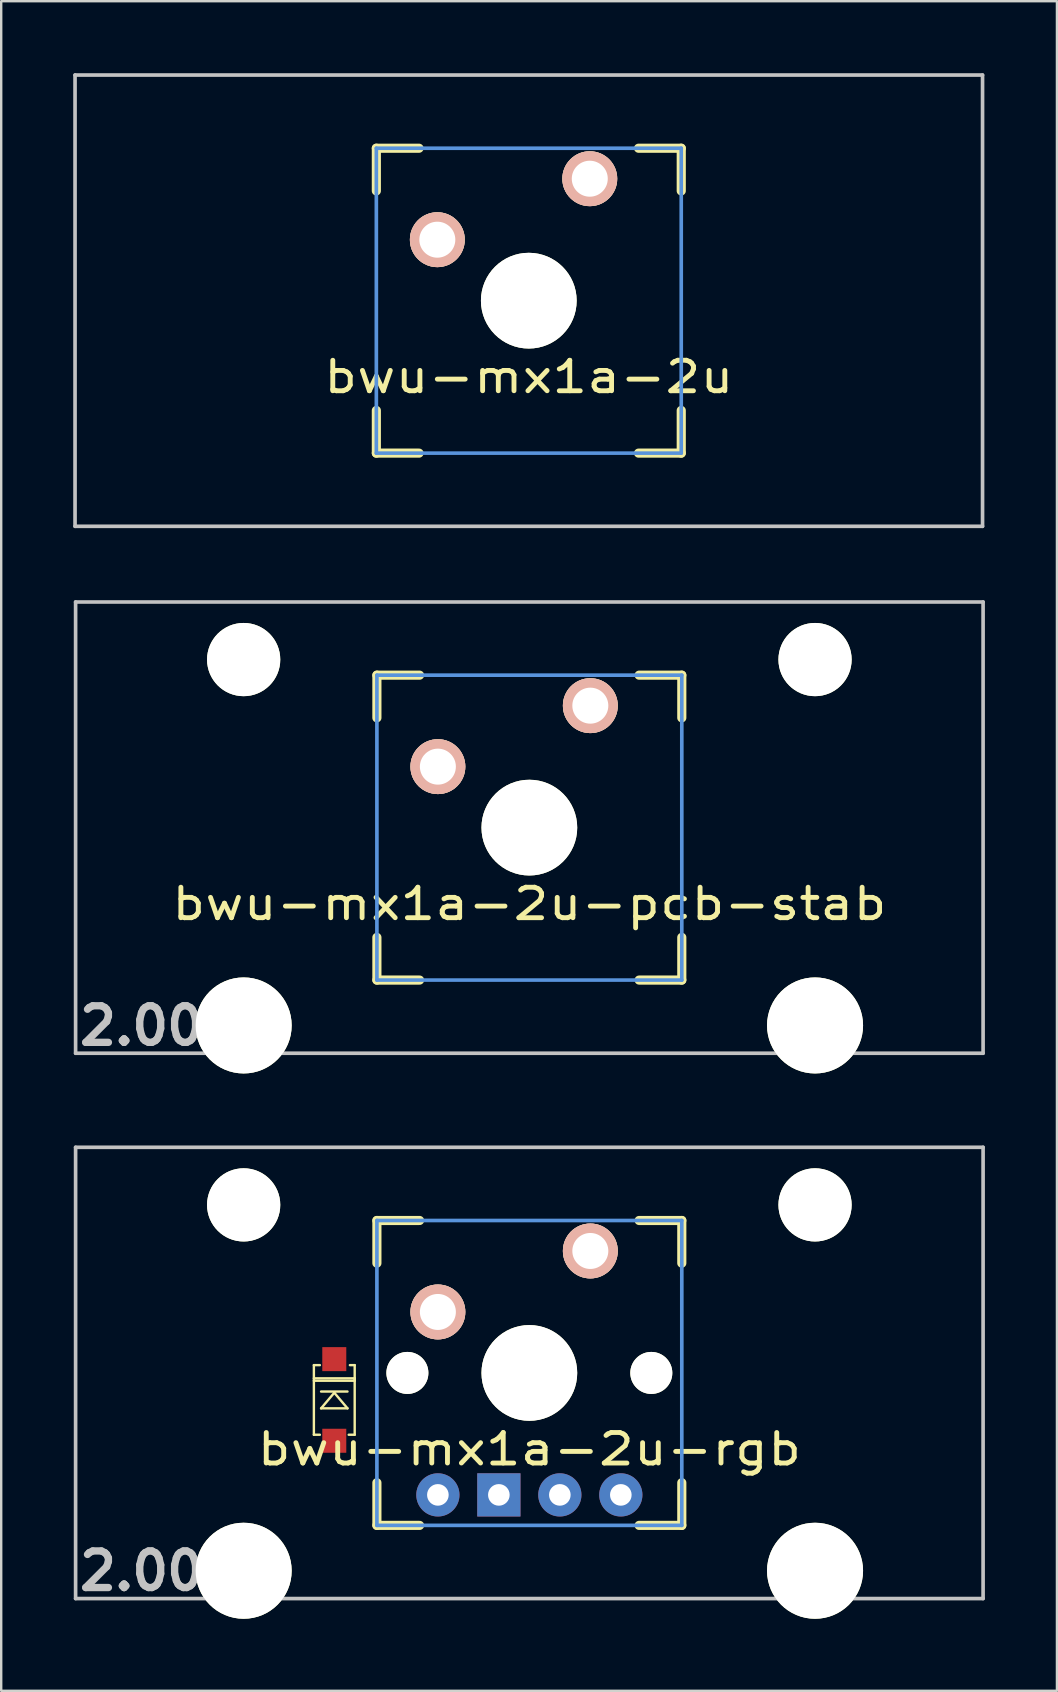
<source format=kicad_pcb>
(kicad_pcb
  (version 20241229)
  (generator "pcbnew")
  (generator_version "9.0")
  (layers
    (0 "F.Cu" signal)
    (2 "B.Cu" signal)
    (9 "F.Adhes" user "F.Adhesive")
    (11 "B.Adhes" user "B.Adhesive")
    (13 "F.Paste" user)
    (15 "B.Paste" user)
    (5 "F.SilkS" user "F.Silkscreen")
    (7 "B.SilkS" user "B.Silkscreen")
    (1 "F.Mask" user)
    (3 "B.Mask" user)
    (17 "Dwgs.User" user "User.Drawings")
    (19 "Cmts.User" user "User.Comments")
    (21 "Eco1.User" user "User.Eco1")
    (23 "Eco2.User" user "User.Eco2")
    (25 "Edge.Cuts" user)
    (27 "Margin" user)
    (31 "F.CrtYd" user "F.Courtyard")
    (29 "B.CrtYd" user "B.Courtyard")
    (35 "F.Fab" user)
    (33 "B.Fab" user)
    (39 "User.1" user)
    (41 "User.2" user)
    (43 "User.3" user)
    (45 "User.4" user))
  (footprint "bwu-mx1a-2u-pcb-stab"
    (layer "F.Cu")
    (at 18.999 31.423)
    (property "Reference" "bwu-mx1a-2u-pcb-stab" (at 0 3.175 0) (layer "F.SilkS") (effects (font (size 1.27 1.524) (thickness 0.203))))
    (attr through_hole)
    (fp_line (start -6.35 -6.35) (end -4.572 -6.35) (stroke (width 0.381) (type solid)) (layer "F.SilkS"))
    (fp_line (start -6.35 -4.572) (end -6.35 -6.35) (stroke (width 0.381) (type solid)) (layer "F.SilkS"))
    (fp_line (start -6.35 6.35) (end -6.35 4.572) (stroke (width 0.381) (type solid)) (layer "F.SilkS"))
    (fp_line (start -4.572 6.35) (end -6.35 6.35) (stroke (width 0.381) (type solid)) (layer "F.SilkS"))
    (fp_line (start 4.572 -6.35) (end 6.35 -6.35) (stroke (width 0.381) (type solid)) (layer "F.SilkS"))
    (fp_line (start 6.35 -6.35) (end 6.35 -4.572) (stroke (width 0.381) (type solid)) (layer "F.SilkS"))
    (fp_line (start 6.35 4.572) (end 6.35 6.35) (stroke (width 0.381) (type solid)) (layer "F.SilkS"))
    (fp_line (start 6.35 6.35) (end 4.572 6.35) (stroke (width 0.381) (type solid)) (layer "F.SilkS"))
    (fp_line (start -18.9 -9.398) (end 18.9 -9.398) (stroke (width 0.152) (type solid)) (layer "Dwgs.User"))
    (fp_line (start -18.9 9.398) (end -18.9 -9.398) (stroke (width 0.152) (type solid)) (layer "Dwgs.User"))
    (fp_line (start 18.9 -9.398) (end 18.9 9.398) (stroke (width 0.152) (type solid)) (layer "Dwgs.User"))
    (fp_line (start 18.9 9.398) (end -18.9 9.398) (stroke (width 0.152) (type solid)) (layer "Dwgs.User"))
    (fp_line (start -6.35 -6.35) (end 6.35 -6.35) (stroke (width 0.152) (type solid)) (layer "Cmts.User"))
    (fp_line (start -6.35 6.35) (end -6.35 -6.35) (stroke (width 0.152) (type solid)) (layer "Cmts.User"))
    (fp_line (start 6.35 -6.35) (end 6.35 6.35) (stroke (width 0.152) (type solid)) (layer "Cmts.User"))
    (fp_line (start 6.35 6.35) (end -6.35 6.35) (stroke (width 0.152) (type solid)) (layer "Cmts.User"))
    (fp_line (start -6.985 -6.985) (end 6.985 -6.985) (stroke (width 0.152) (type solid)) (layer "Eco2.User"))
    (fp_line (start -6.985 6.985) (end -6.985 -6.985) (stroke (width 0.152) (type solid)) (layer "Eco2.User"))
    (fp_line (start 6.985 -6.985) (end 6.985 6.985) (stroke (width 0.152) (type solid)) (layer "Eco2.User"))
    (fp_line (start 6.985 6.985) (end -6.985 6.985) (stroke (width 0.152) (type solid)) (layer "Eco2.User"))
    (fp_text user "2.00u" (at -15.465 8.255 0) (layer "Dwgs.User") (effects (font (size 1.524 1.524) (thickness 0.305))))
    (pad "" np_thru_hole circle (at -11.9 -7) (size 3.05 3.05) (drill 3.05) (layers "*.Cu" "*.Mask" "F.SilkS"))
    (pad "" np_thru_hole circle (at -11.9 8.24) (size 4 4) (drill 4) (layers "*.Cu" "*.Mask" "F.SilkS"))
    (pad "" np_thru_hole circle (at 0 0) (size 3.988 3.988) (drill 3.988) (layers "*.Cu" "*.Mask" "F.SilkS"))
    (pad "" np_thru_hole circle (at 11.9 -7) (size 3.05 3.05) (drill 3.05) (layers "*.Cu" "*.Mask" "F.SilkS"))
    (pad "" np_thru_hole circle (at 11.9 8.24) (size 4 4) (drill 4) (layers "*.Cu" "*.Mask" "F.SilkS"))
    (pad "1" thru_hole circle (at 2.54 -5.08) (size 2.286 2.286) (drill 1.499) (layers "*.Cu" "*.SilkS" "*.Mask"))
    (pad "2" thru_hole circle (at -3.81 -2.54) (size 2.286 2.286) (drill 1.499) (layers "*.Cu" "*.SilkS" "*.Mask")))
  (footprint "bwu-mx1a-2u"
    (layer "F.Cu")
    (at 18.976 9.474)
    (property "Reference" "bwu-mx1a-2u" (at 0 3.175 0) (layer "F.SilkS") (effects (font (size 1.27 1.524) (thickness 0.203))))
    (attr through_hole)
    (fp_line (start -6.35 -6.35) (end -4.572 -6.35) (stroke (width 0.381) (type solid)) (layer "F.SilkS"))
    (fp_line (start -6.35 -4.572) (end -6.35 -6.35) (stroke (width 0.381) (type solid)) (layer "F.SilkS"))
    (fp_line (start -6.35 6.35) (end -6.35 4.572) (stroke (width 0.381) (type solid)) (layer "F.SilkS"))
    (fp_line (start -4.572 6.35) (end -6.35 6.35) (stroke (width 0.381) (type solid)) (layer "F.SilkS"))
    (fp_line (start 4.572 -6.35) (end 6.35 -6.35) (stroke (width 0.381) (type solid)) (layer "F.SilkS"))
    (fp_line (start 6.35 -6.35) (end 6.35 -4.572) (stroke (width 0.381) (type solid)) (layer "F.SilkS"))
    (fp_line (start 6.35 4.572) (end 6.35 6.35) (stroke (width 0.381) (type solid)) (layer "F.SilkS"))
    (fp_line (start 6.35 6.35) (end 4.572 6.35) (stroke (width 0.381) (type solid)) (layer "F.SilkS"))
    (fp_line (start -18.9 -9.398) (end 18.9 -9.398) (stroke (width 0.152) (type solid)) (layer "Dwgs.User"))
    (fp_line (start -18.9 9.398) (end -18.9 -9.398) (stroke (width 0.152) (type solid)) (layer "Dwgs.User"))
    (fp_line (start 18.9 -9.398) (end 18.9 9.398) (stroke (width 0.152) (type solid)) (layer "Dwgs.User"))
    (fp_line (start 18.9 9.398) (end -18.9 9.398) (stroke (width 0.152) (type solid)) (layer "Dwgs.User"))
    (fp_line (start -6.35 -6.35) (end 6.35 -6.35) (stroke (width 0.152) (type solid)) (layer "Cmts.User"))
    (fp_line (start -6.35 6.35) (end -6.35 -6.35) (stroke (width 0.152) (type solid)) (layer "Cmts.User"))
    (fp_line (start 6.35 -6.35) (end 6.35 6.35) (stroke (width 0.152) (type solid)) (layer "Cmts.User"))
    (fp_line (start 6.35 6.35) (end -6.35 6.35) (stroke (width 0.152) (type solid)) (layer "Cmts.User"))
    (fp_line (start -6.985 -6.985) (end 6.985 -6.985) (stroke (width 0.152) (type solid)) (layer "Eco2.User"))
    (fp_line (start -6.985 6.985) (end -6.985 -6.985) (stroke (width 0.152) (type solid)) (layer "Eco2.User"))
    (fp_line (start 6.985 -6.985) (end 6.985 6.985) (stroke (width 0.152) (type solid)) (layer "Eco2.User"))
    (fp_line (start 6.985 6.985) (end -6.985 6.985) (stroke (width 0.152) (type solid)) (layer "Eco2.User"))
    (pad "" np_thru_hole circle (at 0 0) (size 3.988 3.988) (drill 3.988) (layers "*.Cu" "*.Mask" "F.SilkS"))
    (pad "1" thru_hole circle (at 2.54 -5.08) (size 2.286 2.286) (drill 1.499) (layers "*.Cu" "*.SilkS" "*.Mask"))
    (pad "2" thru_hole circle (at -3.81 -2.54) (size 2.286 2.286) (drill 1.499) (layers "*.Cu" "*.SilkS" "*.Mask")))
  (footprint "bwu-mx1a-2u-rgb"
    (layer "F.Cu")
    (at 18.999 54.137)
    (property "Reference" "bwu-mx1a-2u-rgb" (at 0 3.175 0) (layer "F.SilkS") (effects (font (size 1.27 1.524) (thickness 0.203))))
    (attr smd)
    (fp_line (start -8.975 -0.325) (end -8.975 2.575) (stroke (width 0.1) (type solid)) (layer "F.SilkS"))
    (fp_line (start -8.975 0.225) (end -7.275 0.225) (stroke (width 0.1) (type solid)) (layer "F.SilkS"))
    (fp_line (start -8.975 2.575) (end -8.725 2.575) (stroke (width 0.1) (type solid)) (layer "F.SilkS"))
    (fp_line (start -8.725 -0.325) (end -8.975 -0.325) (stroke (width 0.1) (type solid)) (layer "F.SilkS"))
    (fp_line (start -8.675 0.775) (end -7.575 0.775) (stroke (width 0.1) (type solid)) (layer "F.SilkS"))
    (fp_line (start -8.675 1.475) (end -7.575 1.475) (stroke (width 0.1) (type solid)) (layer "F.SilkS"))
    (fp_line (start -8.125 0.825) (end -8.675 1.475) (stroke (width 0.1) (type solid)) (layer "F.SilkS"))
    (fp_line (start -7.575 1.475) (end -8.125 0.825) (stroke (width 0.1) (type solid)) (layer "F.SilkS"))
    (fp_line (start -7.525 2.575) (end -7.275 2.575) (stroke (width 0.1) (type solid)) (layer "F.SilkS"))
    (fp_line (start -7.275 -0.325) (end -7.475 -0.325) (stroke (width 0.1) (type solid)) (layer "F.SilkS"))
    (fp_line (start -7.275 0.225) (end -7.275 0.325) (stroke (width 0.1) (type solid)) (layer "F.SilkS"))
    (fp_line (start -7.275 0.325) (end -8.975 0.325) (stroke (width 0.1) (type solid)) (layer "F.SilkS"))
    (fp_line (start -7.275 2.575) (end -7.275 -0.325) (stroke (width 0.1) (type solid)) (layer "F.SilkS"))
    (fp_line (start -6.35 -6.35) (end -4.572 -6.35) (stroke (width 0.381) (type solid)) (layer "F.SilkS"))
    (fp_line (start -6.35 -4.572) (end -6.35 -6.35) (stroke (width 0.381) (type solid)) (layer "F.SilkS"))
    (fp_line (start -6.35 6.35) (end -6.35 4.572) (stroke (width 0.381) (type solid)) (layer "F.SilkS"))
    (fp_line (start -4.572 6.35) (end -6.35 6.35) (stroke (width 0.381) (type solid)) (layer "F.SilkS"))
    (fp_line (start 4.572 -6.35) (end 6.35 -6.35) (stroke (width 0.381) (type solid)) (layer "F.SilkS"))
    (fp_line (start 6.35 -6.35) (end 6.35 -4.572) (stroke (width 0.381) (type solid)) (layer "F.SilkS"))
    (fp_line (start 6.35 4.572) (end 6.35 6.35) (stroke (width 0.381) (type solid)) (layer "F.SilkS"))
    (fp_line (start 6.35 6.35) (end 4.572 6.35) (stroke (width 0.381) (type solid)) (layer "F.SilkS"))
    (fp_line (start -18.9 -9.398) (end 18.9 -9.398) (stroke (width 0.152) (type solid)) (layer "Dwgs.User"))
    (fp_line (start -18.9 9.398) (end -18.9 -9.398) (stroke (width 0.152) (type solid)) (layer "Dwgs.User"))
    (fp_line (start 18.9 -9.398) (end 18.9 9.398) (stroke (width 0.152) (type solid)) (layer "Dwgs.User"))
    (fp_line (start 18.9 9.398) (end -18.9 9.398) (stroke (width 0.152) (type solid)) (layer "Dwgs.User"))
    (fp_line (start -6.35 -6.35) (end 6.35 -6.35) (stroke (width 0.152) (type solid)) (layer "Cmts.User"))
    (fp_line (start -6.35 6.35) (end -6.35 -6.35) (stroke (width 0.152) (type solid)) (layer "Cmts.User"))
    (fp_line (start 6.35 -6.35) (end 6.35 6.35) (stroke (width 0.152) (type solid)) (layer "Cmts.User"))
    (fp_line (start 6.35 6.35) (end -6.35 6.35) (stroke (width 0.152) (type solid)) (layer "Cmts.User"))
    (fp_line (start -6.985 -6.985) (end 6.985 -6.985) (stroke (width 0.152) (type solid)) (layer "Eco2.User"))
    (fp_line (start -6.985 6.985) (end -6.985 -6.985) (stroke (width 0.152) (type solid)) (layer "Eco2.User"))
    (fp_line (start 6.985 -6.985) (end 6.985 6.985) (stroke (width 0.152) (type solid)) (layer "Eco2.User"))
    (fp_line (start 6.985 6.985) (end -6.985 6.985) (stroke (width 0.152) (type solid)) (layer "Eco2.User"))
    (fp_text user "2.00u" (at -15.465 8.25 0) (layer "Dwgs.User") (effects (font (size 1.524 1.524) (thickness 0.305))))
    (pad "" np_thru_hole circle (at -11.9 -7) (size 3.05 3.05) (drill 3.05) (layers "*.Cu" "*.Mask" "F.SilkS"))
    (pad "" np_thru_hole circle (at -11.9 8.24) (size 4 4) (drill 4) (layers "*.Cu" "*.Mask" "F.SilkS"))
    (pad "" np_thru_hole circle (at -5.08 0) (size 1.75 1.75) (drill 1.75) (layers "*.Cu" "*.Mask" "F.SilkS"))
    (pad "" np_thru_hole circle (at 0 0) (size 3.988 3.988) (drill 3.988) (layers "*.Cu" "*.Mask" "F.SilkS"))
    (pad "" np_thru_hole circle (at 5.08 0) (size 1.75 1.75) (drill 1.75) (layers "*.Cu" "*.Mask" "F.SilkS"))
    (pad "" np_thru_hole circle (at 11.9 -7) (size 3.05 3.05) (drill 3.05) (layers "*.Cu" "*.Mask" "F.SilkS"))
    (pad "" np_thru_hole circle (at 11.9 8.24) (size 4 4) (drill 4) (layers "*.Cu" "*.Mask" "F.SilkS"))
    (pad "1" thru_hole circle (at 2.54 -5.08) (size 2.286 2.286) (drill 1.499) (layers "*.Cu" "*.SilkS" "*.Mask"))
    (pad "2" smd rect (at -8.125 -0.575 90) (size 1 1) (layers "F.Cu" "F.Mask" "F.Paste"))
    (pad "2" thru_hole circle (at -3.81 -2.54) (size 2.286 2.286) (drill 1.499) (layers "*.Cu" "*.SilkS" "*.Mask"))
    (pad "3" smd rect (at -8.125 2.825 90) (size 1 1) (layers "F.Cu" "F.Mask" "F.Paste"))
    (pad "4" thru_hole oval (at -3.81 5.08) (size 1.8 1.8) (drill 0.9) (layers "*.Cu" "*.Mask"))
    (pad "5" thru_hole rect (at -1.27 5.08) (size 1.8 1.8) (drill 0.9) (layers "*.Cu" "*.Mask"))
    (pad "6" thru_hole oval (at 1.27 5.08) (size 1.8 1.8) (drill 0.9) (layers "*.Cu" "*.Mask"))
    (pad "7" thru_hole oval (at 3.81 5.08) (size 1.8 1.8) (drill 0.9) (layers "*.Cu" "*.Mask")))
  (gr_rect
    (start -3 -3)
    (end 40.975 67.377)
    (stroke (width 0.1) (type default))
    (fill no)
    (layer "Edge.Cuts")))
</source>
